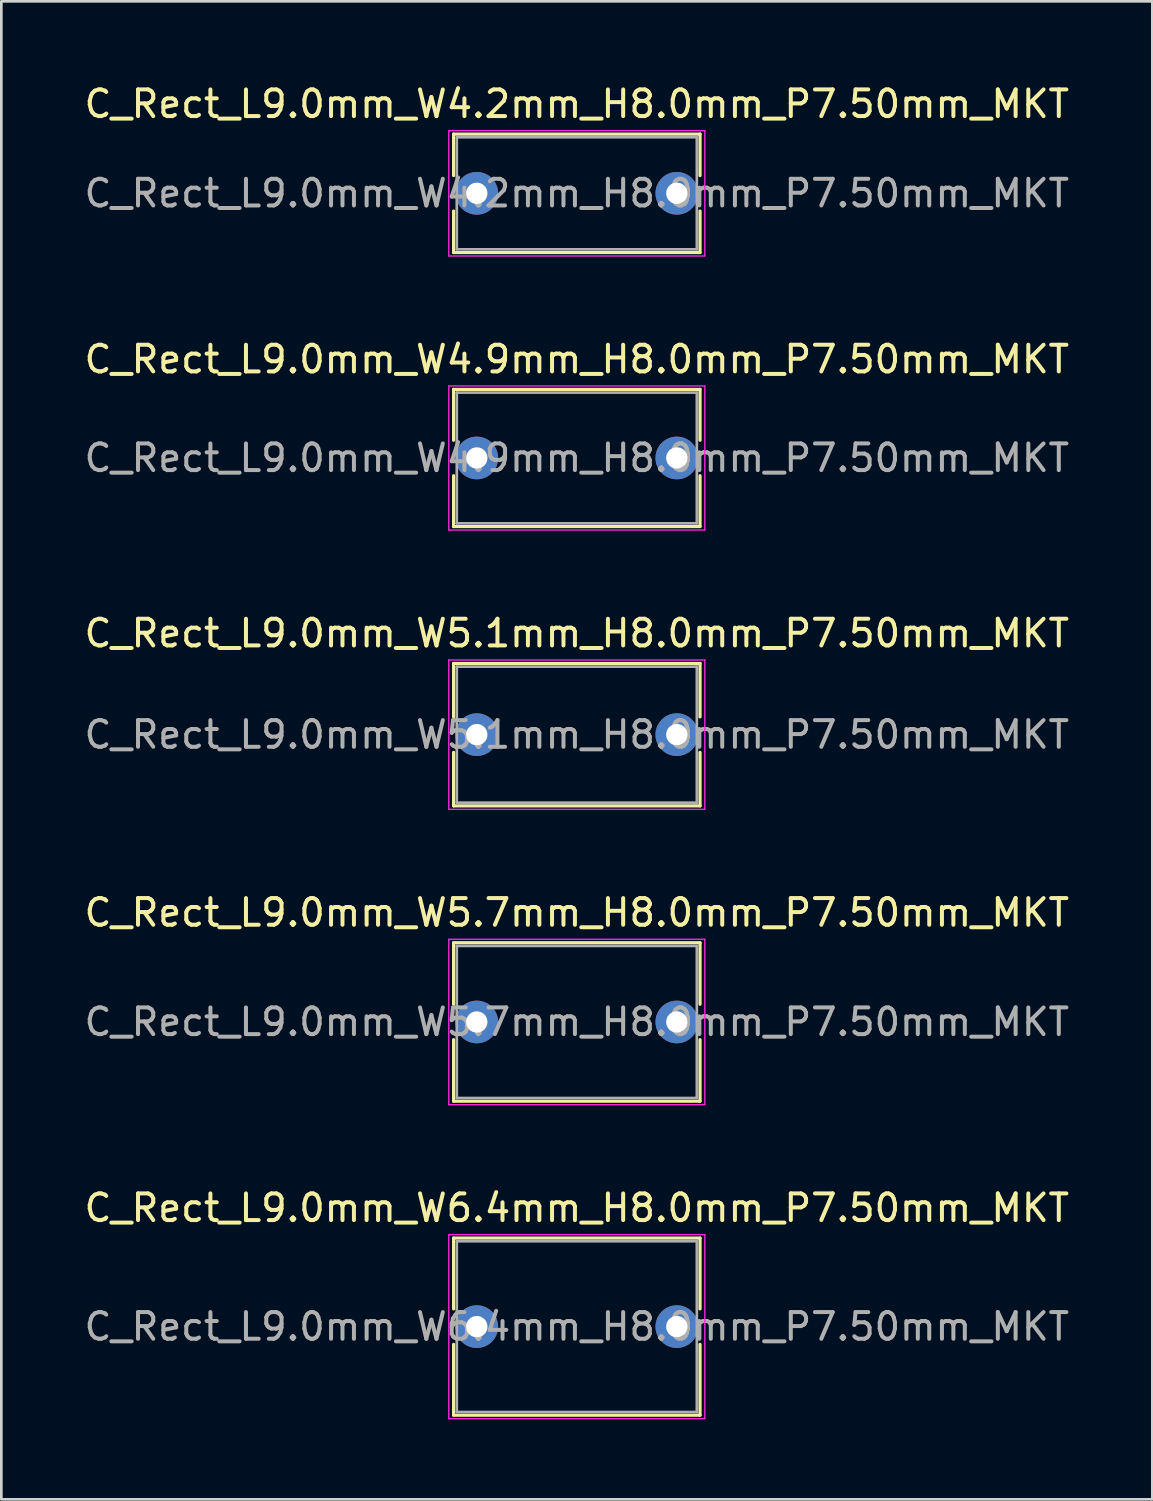
<source format=kicad_pcb>
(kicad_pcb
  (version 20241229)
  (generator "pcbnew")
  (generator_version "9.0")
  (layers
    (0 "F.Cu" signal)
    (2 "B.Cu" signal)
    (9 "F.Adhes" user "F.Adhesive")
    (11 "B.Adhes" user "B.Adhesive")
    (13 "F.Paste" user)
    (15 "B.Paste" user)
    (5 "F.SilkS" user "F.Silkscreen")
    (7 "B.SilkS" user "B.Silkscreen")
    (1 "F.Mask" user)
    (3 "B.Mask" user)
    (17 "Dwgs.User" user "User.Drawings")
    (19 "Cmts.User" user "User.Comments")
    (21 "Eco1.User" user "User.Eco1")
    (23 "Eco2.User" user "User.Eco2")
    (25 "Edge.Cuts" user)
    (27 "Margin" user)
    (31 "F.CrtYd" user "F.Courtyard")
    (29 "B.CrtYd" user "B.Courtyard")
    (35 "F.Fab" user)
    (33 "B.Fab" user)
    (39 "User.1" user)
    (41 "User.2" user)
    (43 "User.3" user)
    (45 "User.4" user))
  (footprint "C_Rect_L9.0mm_W5.7mm_H8.0mm_P7.50mm_MKT"
    (layer "F.Cu")
    (at 14.827 35.268)
    (property "Reference" "C_Rect_L9.0mm_W5.7mm_H8.0mm_P7.50mm_MKT" (at 3.75 -4.1 0) (layer "F.SilkS") (effects (font (size 1 1) (thickness 0.15))))
    (attr through_hole)
    (fp_line (start -0.87 -2.97) (end -0.87 -0.665) (stroke (width 0.12) (type solid)) (layer "F.SilkS"))
    (fp_line (start -0.87 -2.97) (end 8.37 -2.97) (stroke (width 0.12) (type solid)) (layer "F.SilkS"))
    (fp_line (start -0.87 0.665) (end -0.87 2.97) (stroke (width 0.12) (type solid)) (layer "F.SilkS"))
    (fp_line (start -0.87 2.97) (end 8.37 2.97) (stroke (width 0.12) (type solid)) (layer "F.SilkS"))
    (fp_line (start 8.37 -2.97) (end 8.37 -0.665) (stroke (width 0.12) (type solid)) (layer "F.SilkS"))
    (fp_line (start 8.37 0.665) (end 8.37 2.97) (stroke (width 0.12) (type solid)) (layer "F.SilkS"))
    (fp_line (start -1.05 -3.1) (end -1.05 3.1) (stroke (width 0.05) (type solid)) (layer "F.CrtYd"))
    (fp_line (start -1.05 3.1) (end 8.55 3.1) (stroke (width 0.05) (type solid)) (layer "F.CrtYd"))
    (fp_line (start 8.55 -3.1) (end -1.05 -3.1) (stroke (width 0.05) (type solid)) (layer "F.CrtYd"))
    (fp_line (start 8.55 3.1) (end 8.55 -3.1) (stroke (width 0.05) (type solid)) (layer "F.CrtYd"))
    (fp_line (start -0.75 -2.85) (end -0.75 2.85) (stroke (width 0.1) (type solid)) (layer "F.Fab"))
    (fp_line (start -0.75 2.85) (end 8.25 2.85) (stroke (width 0.1) (type solid)) (layer "F.Fab"))
    (fp_line (start 8.25 -2.85) (end -0.75 -2.85) (stroke (width 0.1) (type solid)) (layer "F.Fab"))
    (fp_line (start 8.25 2.85) (end 8.25 -2.85) (stroke (width 0.1) (type solid)) (layer "F.Fab"))
    (fp_text user "${REFERENCE}" (at 3.75 0 0) (layer "F.Fab") (effects (font (size 1 1) (thickness 0.15))))
    (pad "1" thru_hole circle (at 0 0) (size 1.6 1.6) (drill 0.8) (layers "*.Cu" "*.Mask"))
    (pad "2" thru_hole circle (at 7.5 0) (size 1.6 1.6) (drill 0.8) (layers "*.Cu" "*.Mask")))
  (footprint "C_Rect_L9.0mm_W4.9mm_H8.0mm_P7.50mm_MKT"
    (layer "F.Cu")
    (at 14.827 14.121)
    (property "Reference" "C_Rect_L9.0mm_W4.9mm_H8.0mm_P7.50mm_MKT" (at 3.75 -3.7 0) (layer "F.SilkS") (effects (font (size 1 1) (thickness 0.15))))
    (attr through_hole)
    (fp_line (start -0.87 -2.571) (end -0.87 -0.665) (stroke (width 0.12) (type solid)) (layer "F.SilkS"))
    (fp_line (start -0.87 -2.571) (end 8.37 -2.571) (stroke (width 0.12) (type solid)) (layer "F.SilkS"))
    (fp_line (start -0.87 0.665) (end -0.87 2.571) (stroke (width 0.12) (type solid)) (layer "F.SilkS"))
    (fp_line (start -0.87 2.571) (end 8.37 2.571) (stroke (width 0.12) (type solid)) (layer "F.SilkS"))
    (fp_line (start 8.37 -2.571) (end 8.37 -0.665) (stroke (width 0.12) (type solid)) (layer "F.SilkS"))
    (fp_line (start 8.37 0.665) (end 8.37 2.571) (stroke (width 0.12) (type solid)) (layer "F.SilkS"))
    (fp_line (start -1.05 -2.7) (end -1.05 2.7) (stroke (width 0.05) (type solid)) (layer "F.CrtYd"))
    (fp_line (start -1.05 2.7) (end 8.55 2.7) (stroke (width 0.05) (type solid)) (layer "F.CrtYd"))
    (fp_line (start 8.55 -2.7) (end -1.05 -2.7) (stroke (width 0.05) (type solid)) (layer "F.CrtYd"))
    (fp_line (start 8.55 2.7) (end 8.55 -2.7) (stroke (width 0.05) (type solid)) (layer "F.CrtYd"))
    (fp_line (start -0.75 -2.45) (end -0.75 2.45) (stroke (width 0.1) (type solid)) (layer "F.Fab"))
    (fp_line (start -0.75 2.45) (end 8.25 2.45) (stroke (width 0.1) (type solid)) (layer "F.Fab"))
    (fp_line (start 8.25 -2.45) (end -0.75 -2.45) (stroke (width 0.1) (type solid)) (layer "F.Fab"))
    (fp_line (start 8.25 2.45) (end 8.25 -2.45) (stroke (width 0.1) (type solid)) (layer "F.Fab"))
    (fp_text user "${REFERENCE}" (at 3.75 0 0) (layer "F.Fab") (effects (font (size 1 1) (thickness 0.15))))
    (pad "1" thru_hole circle (at 0 0) (size 1.6 1.6) (drill 0.8) (layers "*.Cu" "*.Mask"))
    (pad "2" thru_hole circle (at 7.5 0) (size 1.6 1.6) (drill 0.8) (layers "*.Cu" "*.Mask")))
  (footprint "C_Rect_L9.0mm_W5.1mm_H8.0mm_P7.50mm_MKT"
    (layer "F.Cu")
    (at 14.827 24.495)
    (property "Reference" "C_Rect_L9.0mm_W5.1mm_H8.0mm_P7.50mm_MKT" (at 3.75 -3.8 0) (layer "F.SilkS") (effects (font (size 1 1) (thickness 0.15))))
    (attr through_hole)
    (fp_line (start -0.87 -2.67) (end -0.87 -0.665) (stroke (width 0.12) (type solid)) (layer "F.SilkS"))
    (fp_line (start -0.87 -2.67) (end 8.37 -2.67) (stroke (width 0.12) (type solid)) (layer "F.SilkS"))
    (fp_line (start -0.87 0.665) (end -0.87 2.67) (stroke (width 0.12) (type solid)) (layer "F.SilkS"))
    (fp_line (start -0.87 2.67) (end 8.37 2.67) (stroke (width 0.12) (type solid)) (layer "F.SilkS"))
    (fp_line (start 8.37 -2.67) (end 8.37 -0.665) (stroke (width 0.12) (type solid)) (layer "F.SilkS"))
    (fp_line (start 8.37 0.665) (end 8.37 2.67) (stroke (width 0.12) (type solid)) (layer "F.SilkS"))
    (fp_line (start -1.05 -2.8) (end -1.05 2.8) (stroke (width 0.05) (type solid)) (layer "F.CrtYd"))
    (fp_line (start -1.05 2.8) (end 8.55 2.8) (stroke (width 0.05) (type solid)) (layer "F.CrtYd"))
    (fp_line (start 8.55 -2.8) (end -1.05 -2.8) (stroke (width 0.05) (type solid)) (layer "F.CrtYd"))
    (fp_line (start 8.55 2.8) (end 8.55 -2.8) (stroke (width 0.05) (type solid)) (layer "F.CrtYd"))
    (fp_line (start -0.75 -2.55) (end -0.75 2.55) (stroke (width 0.1) (type solid)) (layer "F.Fab"))
    (fp_line (start -0.75 2.55) (end 8.25 2.55) (stroke (width 0.1) (type solid)) (layer "F.Fab"))
    (fp_line (start 8.25 -2.55) (end -0.75 -2.55) (stroke (width 0.1) (type solid)) (layer "F.Fab"))
    (fp_line (start 8.25 2.55) (end 8.25 -2.55) (stroke (width 0.1) (type solid)) (layer "F.Fab"))
    (fp_text user "${REFERENCE}" (at 3.75 0 0) (layer "F.Fab") (effects (font (size 1 1) (thickness 0.15))))
    (pad "1" thru_hole circle (at 0 0) (size 1.6 1.6) (drill 0.8) (layers "*.Cu" "*.Mask"))
    (pad "2" thru_hole circle (at 7.5 0) (size 1.6 1.6) (drill 0.8) (layers "*.Cu" "*.Mask")))
  (footprint "C_Rect_L9.0mm_W4.2mm_H8.0mm_P7.50mm_MKT"
    (layer "F.Cu")
    (at 14.827 4.198)
    (property "Reference" "C_Rect_L9.0mm_W4.2mm_H8.0mm_P7.50mm_MKT" (at 3.75 -3.35 0) (layer "F.SilkS") (effects (font (size 1 1) (thickness 0.15))))
    (attr through_hole)
    (fp_line (start -0.87 -2.22) (end -0.87 -0.665) (stroke (width 0.12) (type solid)) (layer "F.SilkS"))
    (fp_line (start -0.87 -2.22) (end 8.37 -2.22) (stroke (width 0.12) (type solid)) (layer "F.SilkS"))
    (fp_line (start -0.87 0.665) (end -0.87 2.22) (stroke (width 0.12) (type solid)) (layer "F.SilkS"))
    (fp_line (start -0.87 2.22) (end 8.37 2.22) (stroke (width 0.12) (type solid)) (layer "F.SilkS"))
    (fp_line (start 8.37 -2.22) (end 8.37 -0.665) (stroke (width 0.12) (type solid)) (layer "F.SilkS"))
    (fp_line (start 8.37 0.665) (end 8.37 2.22) (stroke (width 0.12) (type solid)) (layer "F.SilkS"))
    (fp_line (start -1.05 -2.35) (end -1.05 2.35) (stroke (width 0.05) (type solid)) (layer "F.CrtYd"))
    (fp_line (start -1.05 2.35) (end 8.55 2.35) (stroke (width 0.05) (type solid)) (layer "F.CrtYd"))
    (fp_line (start 8.55 -2.35) (end -1.05 -2.35) (stroke (width 0.05) (type solid)) (layer "F.CrtYd"))
    (fp_line (start 8.55 2.35) (end 8.55 -2.35) (stroke (width 0.05) (type solid)) (layer "F.CrtYd"))
    (fp_line (start -0.75 -2.1) (end -0.75 2.1) (stroke (width 0.1) (type solid)) (layer "F.Fab"))
    (fp_line (start -0.75 2.1) (end 8.25 2.1) (stroke (width 0.1) (type solid)) (layer "F.Fab"))
    (fp_line (start 8.25 -2.1) (end -0.75 -2.1) (stroke (width 0.1) (type solid)) (layer "F.Fab"))
    (fp_line (start 8.25 2.1) (end 8.25 -2.1) (stroke (width 0.1) (type solid)) (layer "F.Fab"))
    (fp_text user "${REFERENCE}" (at 3.75 0 0) (layer "F.Fab") (effects (font (size 1 1) (thickness 0.15))))
    (pad "1" thru_hole circle (at 0 0) (size 1.6 1.6) (drill 0.8) (layers "*.Cu" "*.Mask"))
    (pad "2" thru_hole circle (at 7.5 0) (size 1.6 1.6) (drill 0.8) (layers "*.Cu" "*.Mask")))
  (footprint "C_Rect_L9.0mm_W6.4mm_H8.0mm_P7.50mm_MKT"
    (layer "F.Cu")
    (at 14.827 46.691)
    (property "Reference" "C_Rect_L9.0mm_W6.4mm_H8.0mm_P7.50mm_MKT" (at 3.75 -4.45 0) (layer "F.SilkS") (effects (font (size 1 1) (thickness 0.15))))
    (attr through_hole)
    (fp_line (start -0.87 -3.32) (end -0.87 -0.665) (stroke (width 0.12) (type solid)) (layer "F.SilkS"))
    (fp_line (start -0.87 -3.32) (end 8.37 -3.32) (stroke (width 0.12) (type solid)) (layer "F.SilkS"))
    (fp_line (start -0.87 0.665) (end -0.87 3.32) (stroke (width 0.12) (type solid)) (layer "F.SilkS"))
    (fp_line (start -0.87 3.32) (end 8.37 3.32) (stroke (width 0.12) (type solid)) (layer "F.SilkS"))
    (fp_line (start 8.37 -3.32) (end 8.37 -0.665) (stroke (width 0.12) (type solid)) (layer "F.SilkS"))
    (fp_line (start 8.37 0.665) (end 8.37 3.32) (stroke (width 0.12) (type solid)) (layer "F.SilkS"))
    (fp_line (start -1.05 -3.45) (end -1.05 3.45) (stroke (width 0.05) (type solid)) (layer "F.CrtYd"))
    (fp_line (start -1.05 3.45) (end 8.55 3.45) (stroke (width 0.05) (type solid)) (layer "F.CrtYd"))
    (fp_line (start 8.55 -3.45) (end -1.05 -3.45) (stroke (width 0.05) (type solid)) (layer "F.CrtYd"))
    (fp_line (start 8.55 3.45) (end 8.55 -3.45) (stroke (width 0.05) (type solid)) (layer "F.CrtYd"))
    (fp_line (start -0.75 -3.2) (end -0.75 3.2) (stroke (width 0.1) (type solid)) (layer "F.Fab"))
    (fp_line (start -0.75 3.2) (end 8.25 3.2) (stroke (width 0.1) (type solid)) (layer "F.Fab"))
    (fp_line (start 8.25 -3.2) (end -0.75 -3.2) (stroke (width 0.1) (type solid)) (layer "F.Fab"))
    (fp_line (start 8.25 3.2) (end 8.25 -3.2) (stroke (width 0.1) (type solid)) (layer "F.Fab"))
    (fp_text user "${REFERENCE}" (at 3.75 0 0) (layer "F.Fab") (effects (font (size 1 1) (thickness 0.15))))
    (pad "1" thru_hole circle (at 0 0) (size 1.6 1.6) (drill 0.8) (layers "*.Cu" "*.Mask"))
    (pad "2" thru_hole circle (at 7.5 0) (size 1.6 1.6) (drill 0.8) (layers "*.Cu" "*.Mask")))
  (gr_rect
    (start -3 -3)
    (end 40.155 53.166)
    (stroke (width 0.1) (type default))
    (fill no)
    (layer "Edge.Cuts")))
</source>
